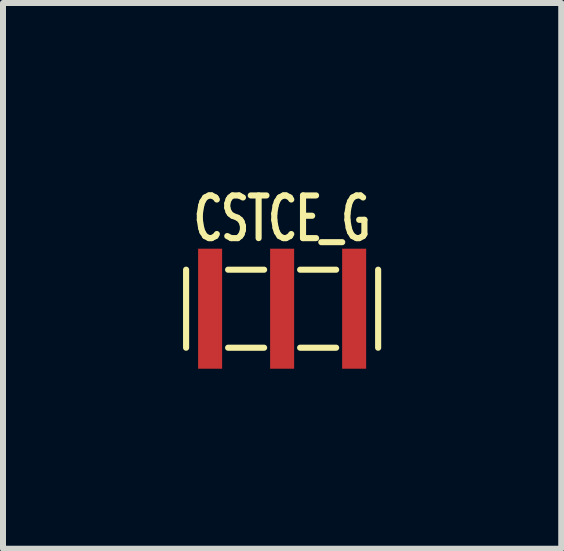
<source format=kicad_pcb>
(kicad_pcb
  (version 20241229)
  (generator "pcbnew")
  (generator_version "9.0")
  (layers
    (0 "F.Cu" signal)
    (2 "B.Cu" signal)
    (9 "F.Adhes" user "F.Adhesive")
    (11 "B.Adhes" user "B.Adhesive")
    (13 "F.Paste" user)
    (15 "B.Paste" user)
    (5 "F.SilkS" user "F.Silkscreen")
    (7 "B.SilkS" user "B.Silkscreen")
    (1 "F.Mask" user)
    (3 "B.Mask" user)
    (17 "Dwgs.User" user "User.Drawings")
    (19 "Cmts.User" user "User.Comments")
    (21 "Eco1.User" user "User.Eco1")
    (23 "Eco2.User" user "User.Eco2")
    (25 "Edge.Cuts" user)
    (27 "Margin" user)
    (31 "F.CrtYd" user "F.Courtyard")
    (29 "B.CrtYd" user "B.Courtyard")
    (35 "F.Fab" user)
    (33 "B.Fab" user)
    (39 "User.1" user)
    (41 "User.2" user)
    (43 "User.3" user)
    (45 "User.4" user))
  (footprint "CSTCE_G"
    (layer "F.Cu")
    (at 1.651 2.094)
    (property "Reference" "CSTCE_G" (at 0 -1.5 0) (layer "F.SilkS") (effects (font (size 0.711 0.457) (thickness 0.102))))
    (attr through_hole)
    (fp_line (start -1.6 -0.65) (end -1.6 0.65) (stroke (width 0.102) (type solid)) (layer "F.SilkS"))
    (fp_line (start -0.9 0.65) (end -0.3 0.65) (stroke (width 0.102) (type solid)) (layer "F.SilkS"))
    (fp_line (start -0.3 -0.65) (end -0.9 -0.65) (stroke (width 0.102) (type solid)) (layer "F.SilkS"))
    (fp_line (start 0.3 0.65) (end 0.9 0.65) (stroke (width 0.102) (type solid)) (layer "F.SilkS"))
    (fp_line (start 0.9 -0.65) (end 0.3 -0.65) (stroke (width 0.102) (type solid)) (layer "F.SilkS"))
    (fp_line (start 1.6 0.65) (end 1.6 -0.65) (stroke (width 0.102) (type solid)) (layer "F.SilkS"))
    (pad "1" smd rect (at -1.2 0) (size 0.4 2) (layers "F.Cu" "F.Mask" "F.Paste"))
    (pad "2" smd rect (at 1.2 0) (size 0.4 2) (layers "F.Cu" "F.Mask" "F.Paste"))
    (pad "3" smd rect (at 0 0) (size 0.4 2) (layers "F.Cu" "F.Mask" "F.Paste")))
  (gr_rect
    (start -3 -3)
    (end 6.302 6.094)
    (stroke (width 0.1) (type default))
    (fill no)
    (layer "Edge.Cuts")))
</source>
